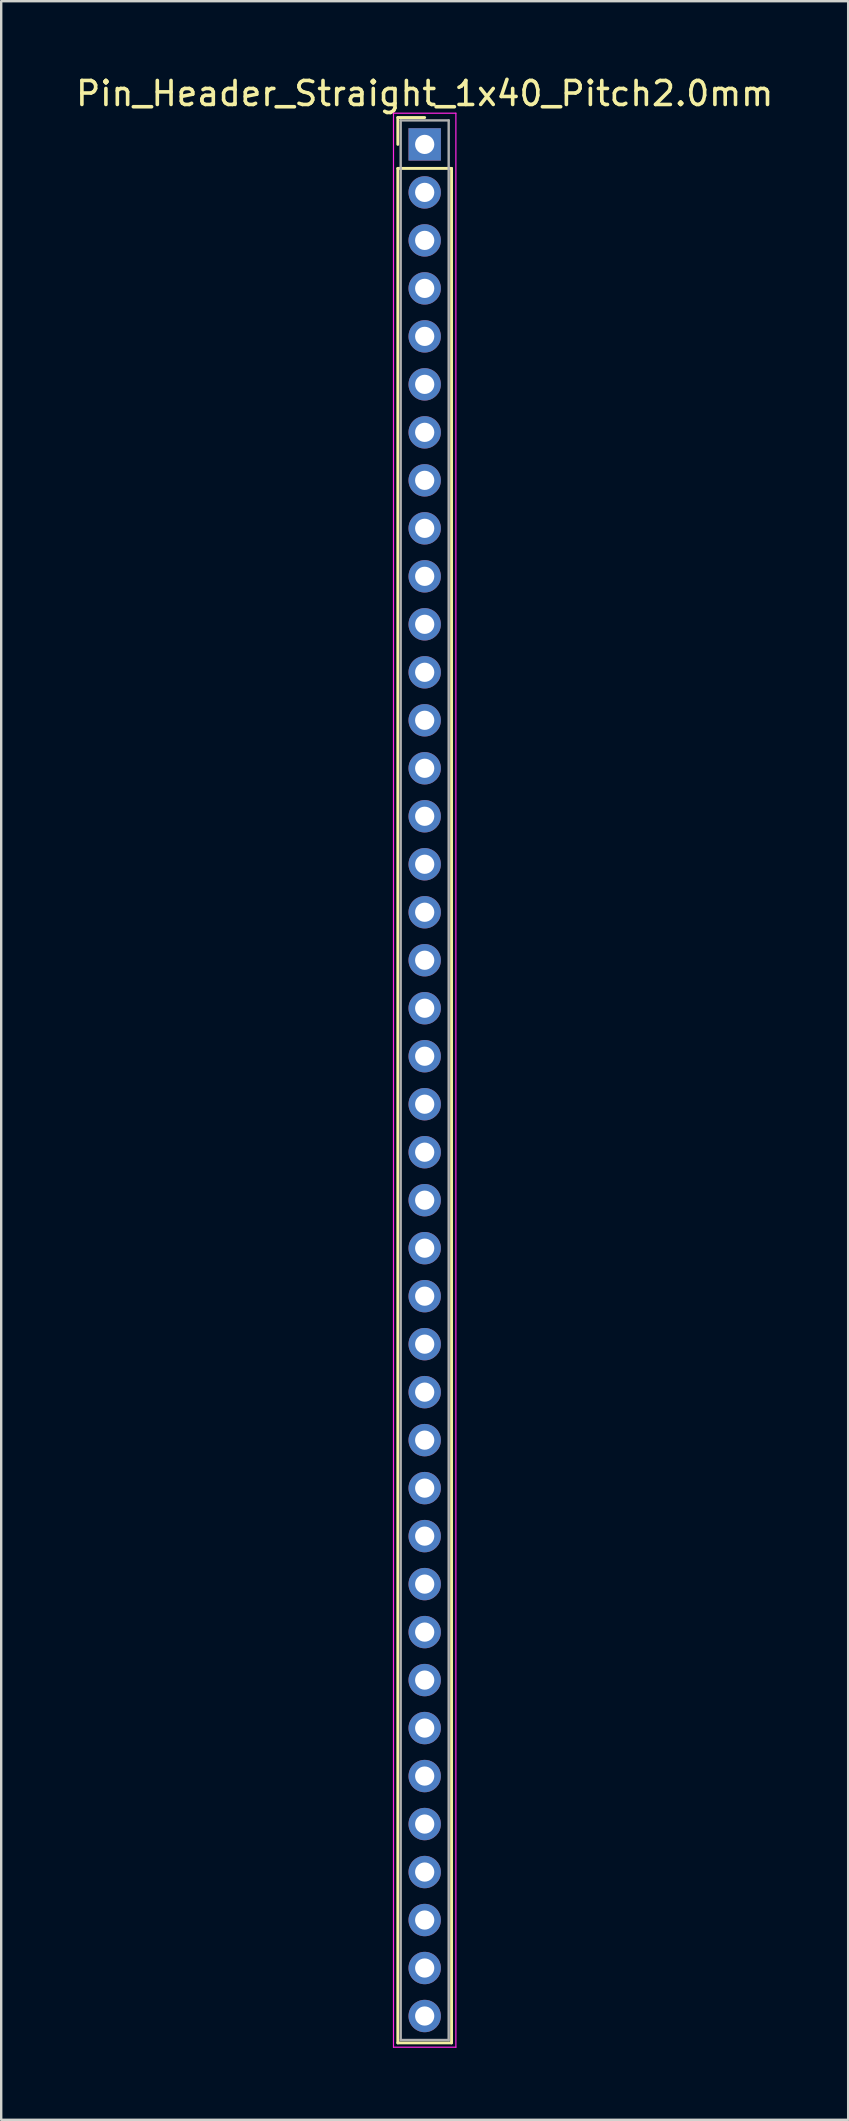
<source format=kicad_pcb>
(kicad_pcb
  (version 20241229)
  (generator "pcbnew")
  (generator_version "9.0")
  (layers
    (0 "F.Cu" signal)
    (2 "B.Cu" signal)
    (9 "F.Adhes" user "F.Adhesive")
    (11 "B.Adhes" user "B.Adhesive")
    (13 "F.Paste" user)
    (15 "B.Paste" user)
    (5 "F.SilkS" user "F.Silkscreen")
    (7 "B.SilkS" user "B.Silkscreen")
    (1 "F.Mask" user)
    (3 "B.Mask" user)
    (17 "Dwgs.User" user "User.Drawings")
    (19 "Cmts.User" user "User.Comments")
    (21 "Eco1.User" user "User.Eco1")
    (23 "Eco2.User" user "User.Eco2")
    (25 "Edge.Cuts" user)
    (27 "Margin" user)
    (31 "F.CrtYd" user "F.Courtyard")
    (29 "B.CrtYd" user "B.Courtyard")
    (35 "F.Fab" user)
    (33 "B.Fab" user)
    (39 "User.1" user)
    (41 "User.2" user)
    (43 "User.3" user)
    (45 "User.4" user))
  (footprint "Pin_Header_Straight_1x40_Pitch2.0mm"
    (layer "F.Cu")
    (at 14.649 2.968)
    (property "Reference" "Pin_Header_Straight_1x40_Pitch2.0mm" (at 0 -2.12 0) (layer "F.SilkS") (effects (font (size 1 1) (thickness 0.15))))
    (attr through_hole)
    (fp_line (start -1.12 -1.12) (end 0 -1.12) (stroke (width 0.12) (type solid)) (layer "F.SilkS"))
    (fp_line (start -1.12 0) (end -1.12 -1.12) (stroke (width 0.12) (type solid)) (layer "F.SilkS"))
    (fp_line (start -1.12 1) (end -1.12 79.12) (stroke (width 0.12) (type solid)) (layer "F.SilkS"))
    (fp_line (start -1.12 79.12) (end 1.12 79.12) (stroke (width 0.12) (type solid)) (layer "F.SilkS"))
    (fp_line (start 1.12 1) (end -1.12 1) (stroke (width 0.12) (type solid)) (layer "F.SilkS"))
    (fp_line (start 1.12 79.12) (end 1.12 1) (stroke (width 0.12) (type solid)) (layer "F.SilkS"))
    (fp_line (start -1.3 -1.3) (end -1.3 79.3) (stroke (width 0.05) (type solid)) (layer "F.CrtYd"))
    (fp_line (start -1.3 79.3) (end 1.3 79.3) (stroke (width 0.05) (type solid)) (layer "F.CrtYd"))
    (fp_line (start 1.3 -1.3) (end -1.3 -1.3) (stroke (width 0.05) (type solid)) (layer "F.CrtYd"))
    (fp_line (start 1.3 79.3) (end 1.3 -1.3) (stroke (width 0.05) (type solid)) (layer "F.CrtYd"))
    (fp_line (start -1 -1) (end -1 79) (stroke (width 0.1) (type solid)) (layer "F.Fab"))
    (fp_line (start -1 79) (end 1 79) (stroke (width 0.1) (type solid)) (layer "F.Fab"))
    (fp_line (start 1 -1) (end -1 -1) (stroke (width 0.1) (type solid)) (layer "F.Fab"))
    (fp_line (start 1 79) (end 1 -1) (stroke (width 0.1) (type solid)) (layer "F.Fab"))
    (pad "1" thru_hole rect (at 0 0) (size 1.35 1.35) (drill 0.8) (layers "*.Cu" "*.Mask"))
    (pad "2" thru_hole oval (at 0 2) (size 1.35 1.35) (drill 0.8) (layers "*.Cu" "*.Mask"))
    (pad "3" thru_hole oval (at 0 4) (size 1.35 1.35) (drill 0.8) (layers "*.Cu" "*.Mask"))
    (pad "4" thru_hole oval (at 0 6) (size 1.35 1.35) (drill 0.8) (layers "*.Cu" "*.Mask"))
    (pad "5" thru_hole oval (at 0 8) (size 1.35 1.35) (drill 0.8) (layers "*.Cu" "*.Mask"))
    (pad "6" thru_hole oval (at 0 10) (size 1.35 1.35) (drill 0.8) (layers "*.Cu" "*.Mask"))
    (pad "7" thru_hole oval (at 0 12) (size 1.35 1.35) (drill 0.8) (layers "*.Cu" "*.Mask"))
    (pad "8" thru_hole oval (at 0 14) (size 1.35 1.35) (drill 0.8) (layers "*.Cu" "*.Mask"))
    (pad "9" thru_hole oval (at 0 16) (size 1.35 1.35) (drill 0.8) (layers "*.Cu" "*.Mask"))
    (pad "10" thru_hole oval (at 0 18) (size 1.35 1.35) (drill 0.8) (layers "*.Cu" "*.Mask"))
    (pad "11" thru_hole oval (at 0 20) (size 1.35 1.35) (drill 0.8) (layers "*.Cu" "*.Mask"))
    (pad "12" thru_hole oval (at 0 22) (size 1.35 1.35) (drill 0.8) (layers "*.Cu" "*.Mask"))
    (pad "13" thru_hole oval (at 0 24) (size 1.35 1.35) (drill 0.8) (layers "*.Cu" "*.Mask"))
    (pad "14" thru_hole oval (at 0 26) (size 1.35 1.35) (drill 0.8) (layers "*.Cu" "*.Mask"))
    (pad "15" thru_hole oval (at 0 28) (size 1.35 1.35) (drill 0.8) (layers "*.Cu" "*.Mask"))
    (pad "16" thru_hole oval (at 0 30) (size 1.35 1.35) (drill 0.8) (layers "*.Cu" "*.Mask"))
    (pad "17" thru_hole oval (at 0 32) (size 1.35 1.35) (drill 0.8) (layers "*.Cu" "*.Mask"))
    (pad "18" thru_hole oval (at 0 34) (size 1.35 1.35) (drill 0.8) (layers "*.Cu" "*.Mask"))
    (pad "19" thru_hole oval (at 0 36) (size 1.35 1.35) (drill 0.8) (layers "*.Cu" "*.Mask"))
    (pad "20" thru_hole oval (at 0 38) (size 1.35 1.35) (drill 0.8) (layers "*.Cu" "*.Mask"))
    (pad "21" thru_hole oval (at 0 40) (size 1.35 1.35) (drill 0.8) (layers "*.Cu" "*.Mask"))
    (pad "22" thru_hole oval (at 0 42) (size 1.35 1.35) (drill 0.8) (layers "*.Cu" "*.Mask"))
    (pad "23" thru_hole oval (at 0 44) (size 1.35 1.35) (drill 0.8) (layers "*.Cu" "*.Mask"))
    (pad "24" thru_hole oval (at 0 46) (size 1.35 1.35) (drill 0.8) (layers "*.Cu" "*.Mask"))
    (pad "25" thru_hole oval (at 0 48) (size 1.35 1.35) (drill 0.8) (layers "*.Cu" "*.Mask"))
    (pad "26" thru_hole oval (at 0 50) (size 1.35 1.35) (drill 0.8) (layers "*.Cu" "*.Mask"))
    (pad "27" thru_hole oval (at 0 52) (size 1.35 1.35) (drill 0.8) (layers "*.Cu" "*.Mask"))
    (pad "28" thru_hole oval (at 0 54) (size 1.35 1.35) (drill 0.8) (layers "*.Cu" "*.Mask"))
    (pad "29" thru_hole oval (at 0 56) (size 1.35 1.35) (drill 0.8) (layers "*.Cu" "*.Mask"))
    (pad "30" thru_hole oval (at 0 58) (size 1.35 1.35) (drill 0.8) (layers "*.Cu" "*.Mask"))
    (pad "31" thru_hole oval (at 0 60) (size 1.35 1.35) (drill 0.8) (layers "*.Cu" "*.Mask"))
    (pad "32" thru_hole oval (at 0 62) (size 1.35 1.35) (drill 0.8) (layers "*.Cu" "*.Mask"))
    (pad "33" thru_hole oval (at 0 64) (size 1.35 1.35) (drill 0.8) (layers "*.Cu" "*.Mask"))
    (pad "34" thru_hole oval (at 0 66) (size 1.35 1.35) (drill 0.8) (layers "*.Cu" "*.Mask"))
    (pad "35" thru_hole oval (at 0 68) (size 1.35 1.35) (drill 0.8) (layers "*.Cu" "*.Mask"))
    (pad "36" thru_hole oval (at 0 70) (size 1.35 1.35) (drill 0.8) (layers "*.Cu" "*.Mask"))
    (pad "37" thru_hole oval (at 0 72) (size 1.35 1.35) (drill 0.8) (layers "*.Cu" "*.Mask"))
    (pad "38" thru_hole oval (at 0 74) (size 1.35 1.35) (drill 0.8) (layers "*.Cu" "*.Mask"))
    (pad "39" thru_hole oval (at 0 76) (size 1.35 1.35) (drill 0.8) (layers "*.Cu" "*.Mask"))
    (pad "40" thru_hole oval (at 0 78) (size 1.35 1.35) (drill 0.8) (layers "*.Cu" "*.Mask")))
  (gr_rect
    (start -3 -3)
    (end 32.298 85.293)
    (stroke (width 0.1) (type default))
    (fill no)
    (layer "Edge.Cuts")))
</source>
